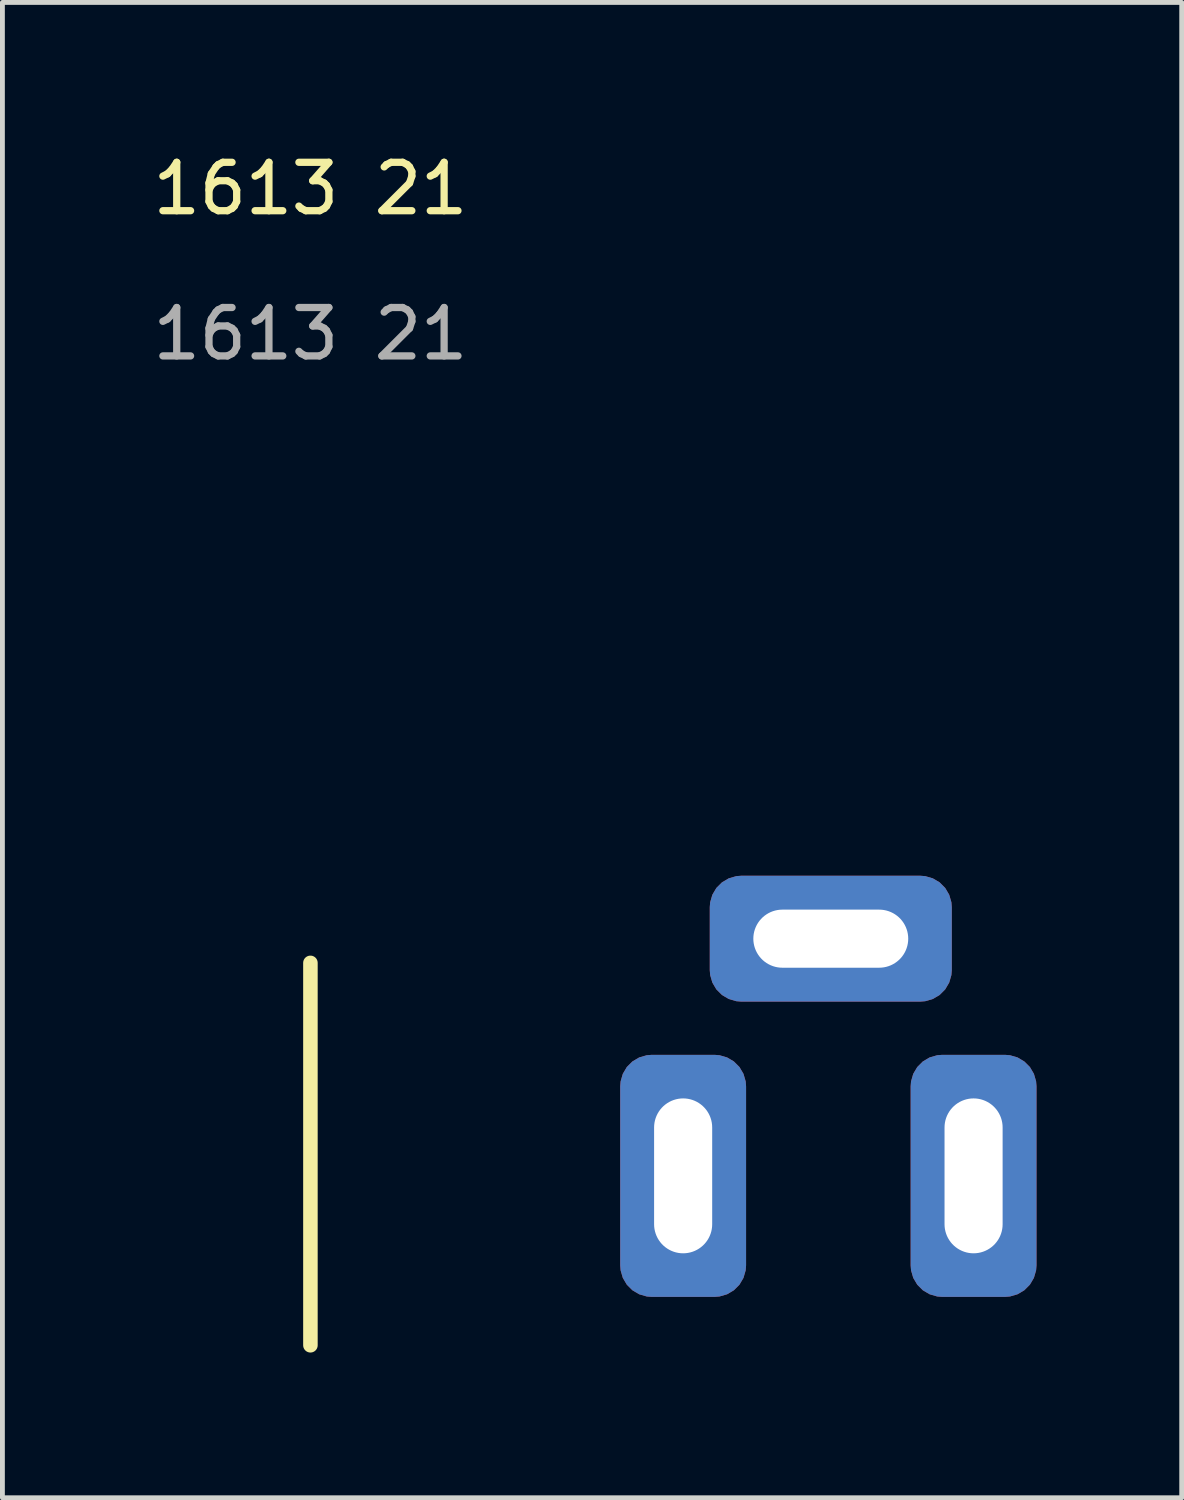
<source format=kicad_pcb>
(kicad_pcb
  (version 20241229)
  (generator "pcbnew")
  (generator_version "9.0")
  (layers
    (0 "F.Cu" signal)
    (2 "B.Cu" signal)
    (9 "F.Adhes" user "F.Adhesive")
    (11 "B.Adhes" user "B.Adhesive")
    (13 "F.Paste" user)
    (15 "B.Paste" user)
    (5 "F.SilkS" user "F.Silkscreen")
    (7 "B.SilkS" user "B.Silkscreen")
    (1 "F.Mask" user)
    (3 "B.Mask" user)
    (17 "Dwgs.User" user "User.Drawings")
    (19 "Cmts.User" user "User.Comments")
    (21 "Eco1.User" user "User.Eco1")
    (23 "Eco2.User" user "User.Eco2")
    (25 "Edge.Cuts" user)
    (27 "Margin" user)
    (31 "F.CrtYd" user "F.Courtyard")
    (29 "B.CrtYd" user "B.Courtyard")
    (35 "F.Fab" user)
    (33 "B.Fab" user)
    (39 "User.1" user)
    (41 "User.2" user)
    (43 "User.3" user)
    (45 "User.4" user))
  (footprint "1613 21"
    (layer "F.Cu")
    (at 3.363 16.342)
    (property "Reference" "1613 21" (at 0 -15.494 0) (unlocked yes) (layer "F.SilkS") (effects (font (size 1 1) (thickness 0.15))))
    (attr through_hole)
    (fp_line (start 0 0.5) (end 0 8.4) (stroke (width 0.3) (type solid)) (layer "F.SilkS"))
    (fp_text user "${REFERENCE}" (at 0 -12.494 0) (unlocked yes) (layer "F.Fab") (effects (font (size 1 1) (thickness 0.15))))
    (pad "3" thru_hole roundrect (at 7.7 4.9 270) (size 5 2.6) (drill oval 3.2 1.2) (layers "*.Cu" "*.Mask") (roundrect_rratio 0.25) (chamfer_ratio 0.2) (chamfer))
    (pad "3" thru_hole roundrect (at 10.75 0) (size 5 2.6) (drill oval 3.2 1.2) (layers "*.Cu" "*.Mask") (roundrect_rratio 0.25) (chamfer_ratio 0.2) (chamfer))
    (pad "3" thru_hole roundrect (at 13.7 4.9 270) (size 5 2.6) (drill oval 3.2 1.2) (layers "*.Cu" "*.Mask") (roundrect_rratio 0.25) (chamfer_ratio 0.2) (chamfer)))
  (gr_rect
    (start -3 -3)
    (end 21.363 27.892)
    (stroke (width 0.1) (type default))
    (fill no)
    (layer "Edge.Cuts")))
</source>
